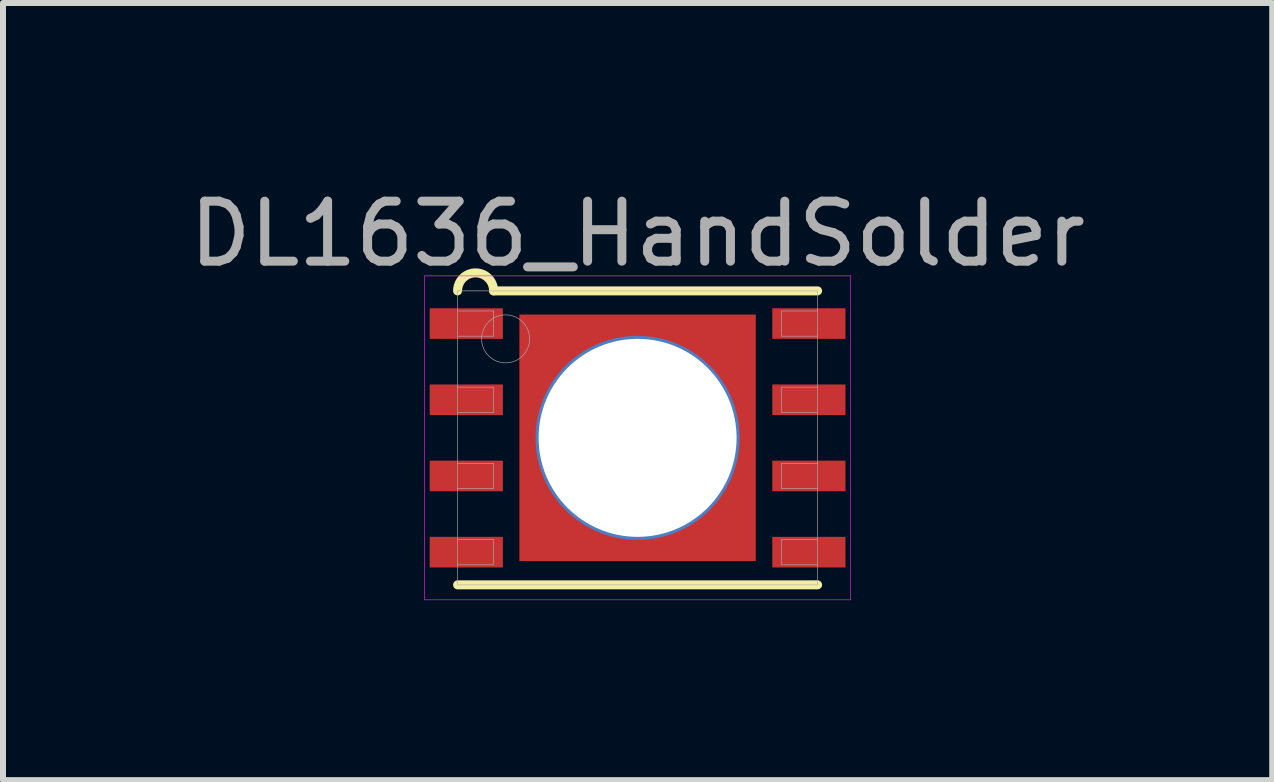
<source format=kicad_pcb>
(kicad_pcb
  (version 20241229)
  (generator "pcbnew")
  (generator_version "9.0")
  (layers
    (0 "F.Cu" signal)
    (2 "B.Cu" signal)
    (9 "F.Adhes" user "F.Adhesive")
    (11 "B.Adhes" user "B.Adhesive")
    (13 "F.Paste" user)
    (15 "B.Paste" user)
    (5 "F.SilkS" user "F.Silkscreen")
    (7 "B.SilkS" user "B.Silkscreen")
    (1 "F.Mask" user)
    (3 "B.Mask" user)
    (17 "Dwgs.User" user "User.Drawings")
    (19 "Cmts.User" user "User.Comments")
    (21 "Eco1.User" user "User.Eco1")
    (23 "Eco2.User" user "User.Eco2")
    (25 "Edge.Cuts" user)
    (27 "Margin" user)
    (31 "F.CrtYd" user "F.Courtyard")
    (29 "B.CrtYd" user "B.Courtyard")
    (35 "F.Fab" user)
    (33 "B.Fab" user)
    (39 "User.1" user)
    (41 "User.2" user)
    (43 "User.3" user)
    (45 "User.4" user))
  (footprint "DL1636_HandSolder"
    (layer "F.Cu")
    (at 7.577 4.248)
    (property "Reference" "DL1636_HandSolder" (at 0 -3.4 0) (layer "F.Fab") (effects (font (size 1 1) (thickness 0.15))))
    (attr smd)
    (fp_line (start -3 2.45) (end 3 2.45) (stroke (width 0.15) (type solid)) (layer "F.SilkS"))
    (fp_line (start -2.4 -2.45) (end 3 -2.45) (stroke (width 0.15) (type solid)) (layer "F.SilkS"))
    (fp_arc (start -3 -2.45) (mid -2.7 -2.75) (end -2.4 -2.45) (stroke (width 0.15) (type solid)) (layer "F.SilkS"))
    (fp_line (start -3.55 -2.7) (end 3.55 -2.7) (stroke (width 0.01) (type solid)) (layer "F.CrtYd"))
    (fp_line (start -3.55 2.7) (end -3.55 -2.7) (stroke (width 0.01) (type solid)) (layer "F.CrtYd"))
    (fp_line (start 3.55 -2.7) (end 3.55 2.7) (stroke (width 0.01) (type solid)) (layer "F.CrtYd"))
    (fp_line (start 3.55 2.7) (end -3.55 2.7) (stroke (width 0.01) (type solid)) (layer "F.CrtYd"))
    (fp_line (start -3 -2.45) (end 3 -2.45) (stroke (width 0.01) (type solid)) (layer "F.Fab"))
    (fp_line (start -3 -1.695) (end -2.4 -1.695) (stroke (width 0.01) (type solid)) (layer "F.Fab"))
    (fp_line (start -3 -0.425) (end -2.4 -0.425) (stroke (width 0.01) (type solid)) (layer "F.Fab"))
    (fp_line (start -3 0.845) (end -2.4 0.845) (stroke (width 0.01) (type solid)) (layer "F.Fab"))
    (fp_line (start -3 2.115) (end -2.4 2.115) (stroke (width 0.01) (type solid)) (layer "F.Fab"))
    (fp_line (start -3 2.45) (end -3 -2.45) (stroke (width 0.01) (type solid)) (layer "F.Fab"))
    (fp_line (start -2.4 -2.115) (end -3 -2.115) (stroke (width 0.01) (type solid)) (layer "F.Fab"))
    (fp_line (start -2.4 -1.695) (end -2.4 -2.115) (stroke (width 0.01) (type solid)) (layer "F.Fab"))
    (fp_line (start -2.4 -0.845) (end -3 -0.845) (stroke (width 0.01) (type solid)) (layer "F.Fab"))
    (fp_line (start -2.4 -0.425) (end -2.4 -0.845) (stroke (width 0.01) (type solid)) (layer "F.Fab"))
    (fp_line (start -2.4 0.425) (end -3 0.425) (stroke (width 0.01) (type solid)) (layer "F.Fab"))
    (fp_line (start -2.4 0.845) (end -2.4 0.425) (stroke (width 0.01) (type solid)) (layer "F.Fab"))
    (fp_line (start -2.4 1.695) (end -3 1.695) (stroke (width 0.01) (type solid)) (layer "F.Fab"))
    (fp_line (start -2.4 2.115) (end -2.4 1.695) (stroke (width 0.01) (type solid)) (layer "F.Fab"))
    (fp_line (start 2.4 -2.115) (end 2.4 -1.695) (stroke (width 0.01) (type solid)) (layer "F.Fab"))
    (fp_line (start 2.4 -1.695) (end 3 -1.695) (stroke (width 0.01) (type solid)) (layer "F.Fab"))
    (fp_line (start 2.4 -0.845) (end 2.4 -0.425) (stroke (width 0.01) (type solid)) (layer "F.Fab"))
    (fp_line (start 2.4 -0.425) (end 3 -0.425) (stroke (width 0.01) (type solid)) (layer "F.Fab"))
    (fp_line (start 2.4 0.425) (end 2.4 0.845) (stroke (width 0.01) (type solid)) (layer "F.Fab"))
    (fp_line (start 2.4 0.845) (end 3 0.845) (stroke (width 0.01) (type solid)) (layer "F.Fab"))
    (fp_line (start 2.4 1.695) (end 2.4 2.115) (stroke (width 0.01) (type solid)) (layer "F.Fab"))
    (fp_line (start 2.4 2.115) (end 3 2.115) (stroke (width 0.01) (type solid)) (layer "F.Fab"))
    (fp_line (start 3 -2.45) (end 3 2.45) (stroke (width 0.01) (type solid)) (layer "F.Fab"))
    (fp_line (start 3 -2.115) (end 2.4 -2.115) (stroke (width 0.01) (type solid)) (layer "F.Fab"))
    (fp_line (start 3 -0.845) (end 2.4 -0.845) (stroke (width 0.01) (type solid)) (layer "F.Fab"))
    (fp_line (start 3 0.425) (end 2.4 0.425) (stroke (width 0.01) (type solid)) (layer "F.Fab"))
    (fp_line (start 3 1.695) (end 2.4 1.695) (stroke (width 0.01) (type solid)) (layer "F.Fab"))
    (fp_line (start 3 2.45) (end -3 2.45) (stroke (width 0.01) (type solid)) (layer "F.Fab"))
    (fp_circle (center -2.2 -1.65) (end -2.2 -1.25) (stroke (width 0.01) (type solid)) (fill no) (layer "F.Fab"))
    (pad "1" smd rect (at -2.855 -1.905) (size 1.22 0.51) (layers "F.Cu" "F.Mask" "F.Paste"))
    (pad "2" smd rect (at -2.855 -0.635) (size 1.22 0.51) (layers "F.Cu" "F.Mask" "F.Paste"))
    (pad "3" smd rect (at -2.855 0.635) (size 1.22 0.51) (layers "F.Cu" "F.Mask" "F.Paste"))
    (pad "4" smd rect (at -2.855 1.905) (size 1.22 0.51) (layers "F.Cu" "F.Mask" "F.Paste"))
    (pad "5" smd rect (at 2.855 1.905) (size 1.22 0.51) (layers "F.Cu" "F.Mask" "F.Paste"))
    (pad "6" smd rect (at 2.855 0.635) (size 1.22 0.51) (layers "F.Cu" "F.Mask" "F.Paste"))
    (pad "7" smd rect (at 2.855 -0.635) (size 1.22 0.51) (layers "F.Cu" "F.Mask" "F.Paste"))
    (pad "8" smd rect (at 2.855 -1.905) (size 1.22 0.51) (layers "F.Cu" "F.Mask" "F.Paste"))
    (pad "EP" thru_hole circle (at 0 0) (size 3.4 3.4) (drill 3.3) (layers "*.Cu"))
    (pad "EP" smd rect (at 0 0) (size 3.94 4.11) (layers "F.Cu" "F.Mask" "F.Paste")))
  (gr_rect
    (start -3 -3)
    (end 18.155 9.953)
    (stroke (width 0.1) (type default))
    (fill no)
    (layer "Edge.Cuts")))
</source>
